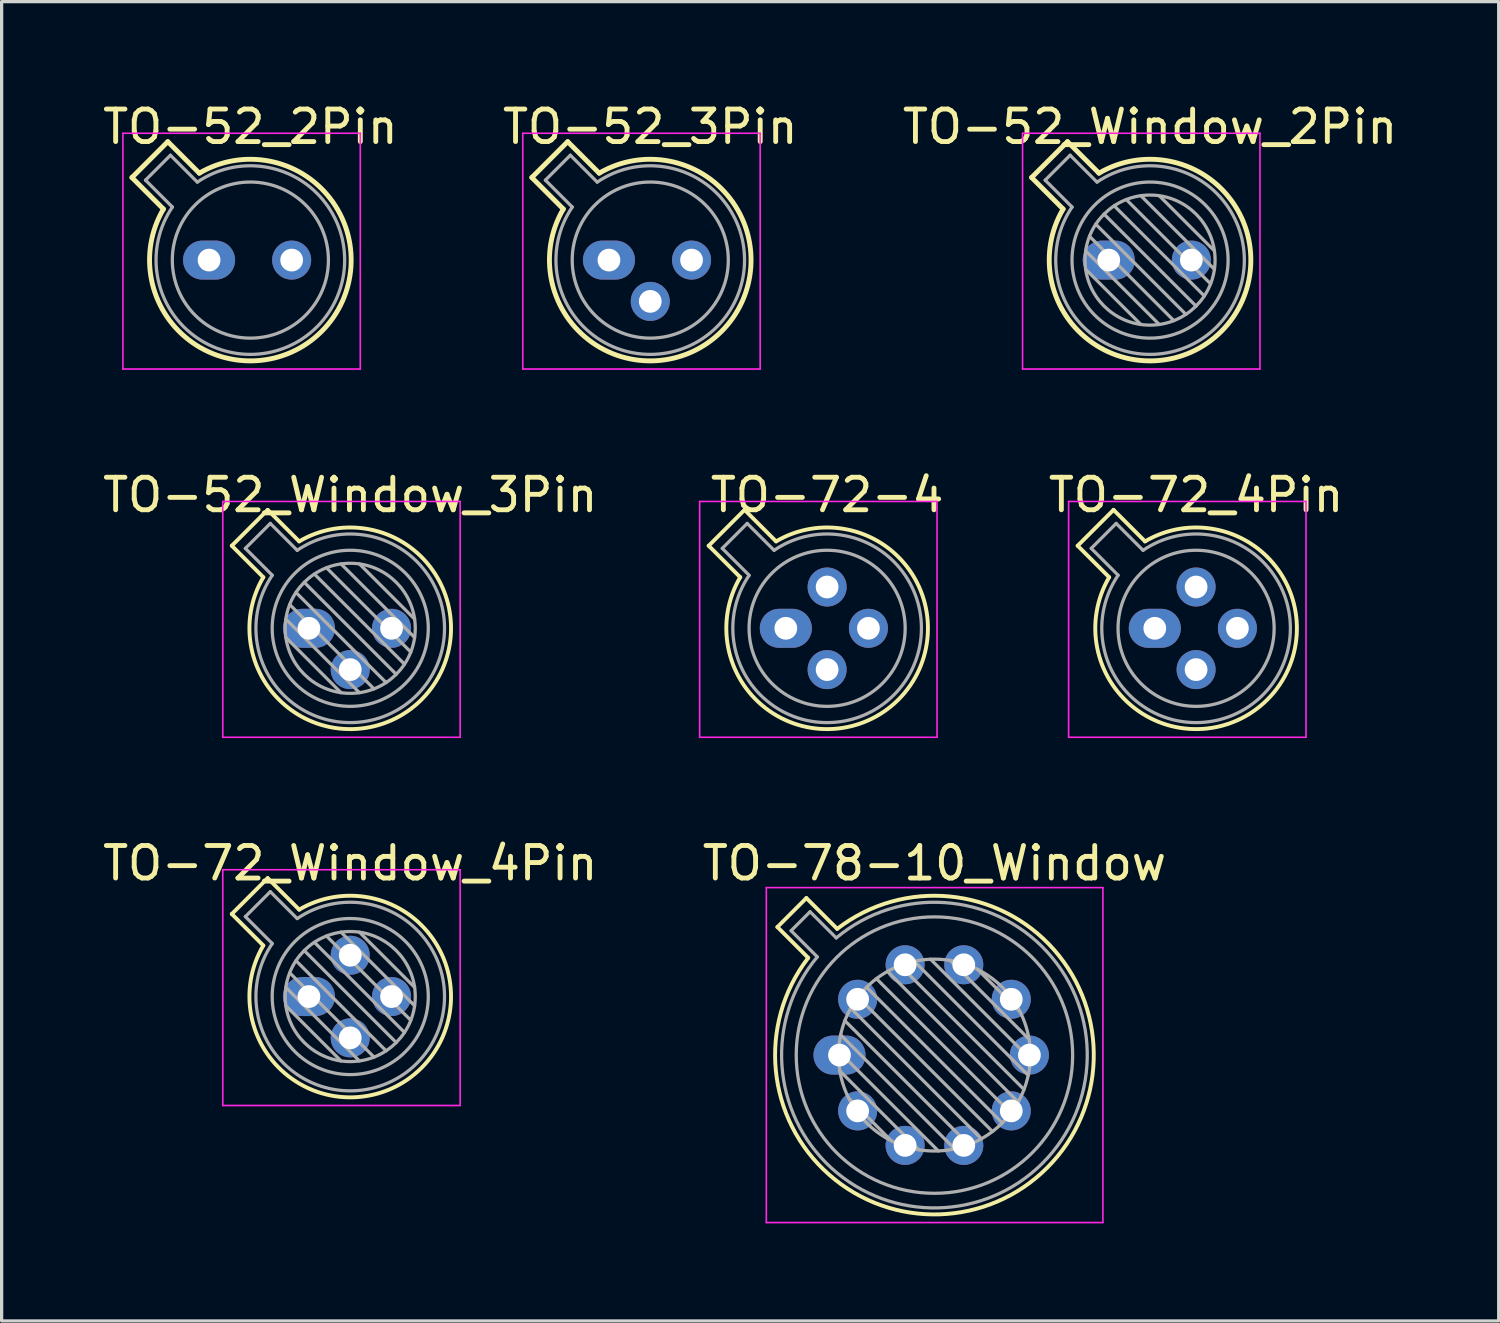
<source format=kicad_pcb>
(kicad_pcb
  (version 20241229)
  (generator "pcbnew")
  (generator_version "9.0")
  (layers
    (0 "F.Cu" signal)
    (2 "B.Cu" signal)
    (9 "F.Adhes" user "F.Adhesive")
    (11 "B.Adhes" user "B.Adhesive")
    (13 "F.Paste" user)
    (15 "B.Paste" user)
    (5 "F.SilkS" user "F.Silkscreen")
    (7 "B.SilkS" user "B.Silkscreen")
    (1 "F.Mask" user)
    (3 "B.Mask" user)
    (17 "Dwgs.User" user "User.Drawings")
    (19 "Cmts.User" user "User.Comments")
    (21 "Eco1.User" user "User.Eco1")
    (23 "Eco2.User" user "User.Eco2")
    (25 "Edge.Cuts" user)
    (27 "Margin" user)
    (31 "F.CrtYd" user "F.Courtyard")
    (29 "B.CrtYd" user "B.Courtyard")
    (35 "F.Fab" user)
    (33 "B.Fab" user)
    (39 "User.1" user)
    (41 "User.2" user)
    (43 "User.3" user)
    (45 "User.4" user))
  (footprint "TO-52_Window_2Pin"
    (layer "F.Cu")
    (at 31.045 4.948)
    (property "Reference" "TO-52_Window_2Pin" (at 1.27 -4.1 0) (layer "F.SilkS") (effects (font (size 1 1) (thickness 0.15))))
    (attr through_hole)
    (fp_line (start -2.372 -2.539) (end -1.403 -1.57) (stroke (width 0.15) (type solid)) (layer "F.SilkS"))
    (fp_line (start -1.269 -3.642) (end -2.372 -2.539) (stroke (width 0.15) (type solid)) (layer "F.SilkS"))
    (fp_line (start -0.3 -2.673) (end -1.269 -3.642) (stroke (width 0.15) (type solid)) (layer "F.SilkS"))
    (fp_arc (start -0.299966 -2.673052) (mid 3.462031 2.192031) (end -1.403052 -1.569965) (stroke (width 0.15) (type solid)) (layer "F.SilkS"))
    (fp_line (start -2.65 -3.9) (end -2.65 3.35) (stroke (width 0.05) (type solid)) (layer "F.CrtYd"))
    (fp_line (start -2.65 3.35) (end 4.65 3.35) (stroke (width 0.05) (type solid)) (layer "F.CrtYd"))
    (fp_line (start 4.65 -3.9) (end -2.65 -3.9) (stroke (width 0.05) (type solid)) (layer "F.CrtYd"))
    (fp_line (start 4.65 3.35) (end 4.65 -3.9) (stroke (width 0.05) (type solid)) (layer "F.CrtYd"))
    (fp_line (start -1.955 -2.458) (end -1.128 -1.631) (stroke (width 0.1) (type solid)) (layer "F.Fab"))
    (fp_line (start -1.188 -3.225) (end -1.955 -2.458) (stroke (width 0.1) (type solid)) (layer "F.Fab"))
    (fp_line (start -0.71 -0.283) (end 1.553 1.98) (stroke (width 0.1) (type solid)) (layer "F.Fab"))
    (fp_line (start -0.71 0.283) (end 0.987 1.98) (stroke (width 0.1) (type solid)) (layer "F.Fab"))
    (fp_line (start -0.592 -0.731) (end 2.001 1.862) (stroke (width 0.1) (type solid)) (layer "F.Fab"))
    (fp_line (start -0.399 -1.103) (end 2.373 1.669) (stroke (width 0.1) (type solid)) (layer "F.Fab"))
    (fp_line (start -0.361 -2.398) (end -1.188 -3.225) (stroke (width 0.1) (type solid)) (layer "F.Fab"))
    (fp_line (start -0.145 -1.415) (end 2.685 1.415) (stroke (width 0.1) (type solid)) (layer "F.Fab"))
    (fp_line (start 0.167 -1.669) (end 2.939 1.103) (stroke (width 0.1) (type solid)) (layer "F.Fab"))
    (fp_line (start 0.539 -1.862) (end 3.132 0.731) (stroke (width 0.1) (type solid)) (layer "F.Fab"))
    (fp_line (start 0.987 -1.98) (end 3.25 0.283) (stroke (width 0.1) (type solid)) (layer "F.Fab"))
    (fp_line (start 1.553 -1.98) (end 3.25 -0.283) (stroke (width 0.1) (type solid)) (layer "F.Fab"))
    (fp_arc (start -0.360736 -2.398061) (mid 3.320609 2.050609) (end -1.128061 -1.630736) (stroke (width 0.1) (type solid)) (layer "F.Fab"))
    (fp_circle (center 1.27 0) (end 3.27 0) (stroke (width 0.1) (type solid)) (fill no) (layer "F.Fab"))
    (fp_circle (center 1.27 0) (end 3.67 0) (stroke (width 0.1) (type solid)) (fill no) (layer "F.Fab"))
    (pad "1" thru_hole oval (at 0 0) (size 1.6 1.2) (drill 0.7) (layers "*.Cu" "*.Mask"))
    (pad "2" thru_hole oval (at 2.54 0) (size 1.2 1.2) (drill 0.7) (layers "*.Cu" "*.Mask")))
  (footprint "TO-52_3Pin"
    (layer "F.Cu")
    (at 15.676 4.948)
    (property "Reference" "TO-52_3Pin" (at 1.27 -4.1 0) (layer "F.SilkS") (effects (font (size 1 1) (thickness 0.15))))
    (attr through_hole)
    (fp_line (start -2.372 -2.539) (end -1.403 -1.57) (stroke (width 0.15) (type solid)) (layer "F.SilkS"))
    (fp_line (start -1.269 -3.642) (end -2.372 -2.539) (stroke (width 0.15) (type solid)) (layer "F.SilkS"))
    (fp_line (start -0.3 -2.673) (end -1.269 -3.642) (stroke (width 0.15) (type solid)) (layer "F.SilkS"))
    (fp_arc (start -0.299966 -2.673052) (mid 3.462031 2.192031) (end -1.403052 -1.569965) (stroke (width 0.15) (type solid)) (layer "F.SilkS"))
    (fp_line (start -2.65 -3.9) (end -2.65 3.35) (stroke (width 0.05) (type solid)) (layer "F.CrtYd"))
    (fp_line (start -2.65 3.35) (end 4.65 3.35) (stroke (width 0.05) (type solid)) (layer "F.CrtYd"))
    (fp_line (start 4.65 -3.9) (end -2.65 -3.9) (stroke (width 0.05) (type solid)) (layer "F.CrtYd"))
    (fp_line (start 4.65 3.35) (end 4.65 -3.9) (stroke (width 0.05) (type solid)) (layer "F.CrtYd"))
    (fp_line (start -1.955 -2.458) (end -1.128 -1.631) (stroke (width 0.1) (type solid)) (layer "F.Fab"))
    (fp_line (start -1.188 -3.225) (end -1.955 -2.458) (stroke (width 0.1) (type solid)) (layer "F.Fab"))
    (fp_line (start -0.361 -2.398) (end -1.188 -3.225) (stroke (width 0.1) (type solid)) (layer "F.Fab"))
    (fp_arc (start -0.360736 -2.398061) (mid 3.320609 2.050609) (end -1.128061 -1.630736) (stroke (width 0.1) (type solid)) (layer "F.Fab"))
    (fp_circle (center 1.27 0) (end 3.67 0) (stroke (width 0.1) (type solid)) (fill no) (layer "F.Fab"))
    (pad "1" thru_hole oval (at 0 0) (size 1.6 1.2) (drill 0.7) (layers "*.Cu" "*.Mask"))
    (pad "2" thru_hole oval (at 1.27 1.27) (size 1.2 1.2) (drill 0.7) (layers "*.Cu" "*.Mask"))
    (pad "3" thru_hole oval (at 2.54 0) (size 1.2 1.2) (drill 0.7) (layers "*.Cu" "*.Mask")))
  (footprint "TO-72_Window_4Pin"
    (layer "F.Cu")
    (at 6.45 27.595)
    (property "Reference" "TO-72_Window_4Pin" (at 1.27 -4.1 0) (layer "F.SilkS") (effects (font (size 1 1) (thickness 0.15))))
    (attr through_hole)
    (fp_line (start -2.372 -2.539) (end -1.403 -1.57) (stroke (width 0.12) (type solid)) (layer "F.SilkS"))
    (fp_line (start -1.269 -3.642) (end -2.372 -2.539) (stroke (width 0.12) (type solid)) (layer "F.SilkS"))
    (fp_line (start -0.3 -2.673) (end -1.269 -3.642) (stroke (width 0.12) (type solid)) (layer "F.SilkS"))
    (fp_arc (start -0.299966 -2.673052) (mid 3.462031 2.192031) (end -1.403052 -1.569965) (stroke (width 0.12) (type solid)) (layer "F.SilkS"))
    (fp_line (start -2.65 -3.9) (end -2.65 3.35) (stroke (width 0.05) (type solid)) (layer "F.CrtYd"))
    (fp_line (start -2.65 3.35) (end 4.65 3.35) (stroke (width 0.05) (type solid)) (layer "F.CrtYd"))
    (fp_line (start 4.65 -3.9) (end -2.65 -3.9) (stroke (width 0.05) (type solid)) (layer "F.CrtYd"))
    (fp_line (start 4.65 3.35) (end 4.65 -3.9) (stroke (width 0.05) (type solid)) (layer "F.CrtYd"))
    (fp_line (start -1.955 -2.458) (end -1.128 -1.631) (stroke (width 0.1) (type solid)) (layer "F.Fab"))
    (fp_line (start -1.188 -3.225) (end -1.955 -2.458) (stroke (width 0.1) (type solid)) (layer "F.Fab"))
    (fp_line (start -0.71 -0.283) (end 1.553 1.98) (stroke (width 0.1) (type solid)) (layer "F.Fab"))
    (fp_line (start -0.71 0.283) (end 0.987 1.98) (stroke (width 0.1) (type solid)) (layer "F.Fab"))
    (fp_line (start -0.592 -0.731) (end 2.001 1.862) (stroke (width 0.1) (type solid)) (layer "F.Fab"))
    (fp_line (start -0.399 -1.103) (end 2.373 1.669) (stroke (width 0.1) (type solid)) (layer "F.Fab"))
    (fp_line (start -0.361 -2.398) (end -1.188 -3.225) (stroke (width 0.1) (type solid)) (layer "F.Fab"))
    (fp_line (start -0.145 -1.415) (end 2.685 1.415) (stroke (width 0.1) (type solid)) (layer "F.Fab"))
    (fp_line (start 0.167 -1.669) (end 2.939 1.103) (stroke (width 0.1) (type solid)) (layer "F.Fab"))
    (fp_line (start 0.539 -1.862) (end 3.132 0.731) (stroke (width 0.1) (type solid)) (layer "F.Fab"))
    (fp_line (start 0.987 -1.98) (end 3.25 0.283) (stroke (width 0.1) (type solid)) (layer "F.Fab"))
    (fp_line (start 1.553 -1.98) (end 3.25 -0.283) (stroke (width 0.1) (type solid)) (layer "F.Fab"))
    (fp_arc (start -0.360736 -2.398061) (mid 3.320609 2.050609) (end -1.128061 -1.630736) (stroke (width 0.1) (type solid)) (layer "F.Fab"))
    (fp_circle (center 1.27 0) (end 3.27 0) (stroke (width 0.1) (type solid)) (fill no) (layer "F.Fab"))
    (fp_circle (center 1.27 0) (end 3.67 0) (stroke (width 0.1) (type solid)) (fill no) (layer "F.Fab"))
    (pad "1" thru_hole oval (at 0 0) (size 1.6 1.2) (drill 0.7) (layers "*.Cu" "*.Mask"))
    (pad "2" thru_hole oval (at 1.27 1.27) (size 1.2 1.2) (drill 0.7) (layers "*.Cu" "*.Mask"))
    (pad "3" thru_hole oval (at 2.54 0) (size 1.2 1.2) (drill 0.7) (layers "*.Cu" "*.Mask"))
    (pad "4" thru_hole oval (at 1.27 -1.27) (size 1.2 1.2) (drill 0.7) (layers "*.Cu" "*.Mask")))
  (footprint "TO-72-4"
    (layer "F.Cu")
    (at 21.115 16.271)
    (property "Reference" "TO-72-4" (at 1.27 -4.1 0) (layer "F.SilkS") (effects (font (size 1 1) (thickness 0.15))))
    (attr through_hole)
    (fp_line (start -2.372 -2.539) (end -1.403 -1.57) (stroke (width 0.12) (type solid)) (layer "F.SilkS"))
    (fp_line (start -1.269 -3.642) (end -2.372 -2.539) (stroke (width 0.12) (type solid)) (layer "F.SilkS"))
    (fp_line (start -0.3 -2.673) (end -1.269 -3.642) (stroke (width 0.12) (type solid)) (layer "F.SilkS"))
    (fp_arc (start -0.299966 -2.673052) (mid 3.461152 2.19291) (end -1.401792 -1.572109) (stroke (width 0.12) (type solid)) (layer "F.SilkS"))
    (fp_line (start -2.65 -3.9) (end -2.65 3.35) (stroke (width 0.05) (type solid)) (layer "F.CrtYd"))
    (fp_line (start -2.65 3.35) (end 4.65 3.35) (stroke (width 0.05) (type solid)) (layer "F.CrtYd"))
    (fp_line (start 4.65 -3.9) (end -2.65 -3.9) (stroke (width 0.05) (type solid)) (layer "F.CrtYd"))
    (fp_line (start 4.65 3.35) (end 4.65 -3.9) (stroke (width 0.05) (type solid)) (layer "F.CrtYd"))
    (fp_line (start -1.955 -2.458) (end -1.128 -1.631) (stroke (width 0.1) (type solid)) (layer "F.Fab"))
    (fp_line (start -1.188 -3.225) (end -1.955 -2.458) (stroke (width 0.1) (type solid)) (layer "F.Fab"))
    (fp_line (start -0.361 -2.398) (end -1.188 -3.225) (stroke (width 0.1) (type solid)) (layer "F.Fab"))
    (fp_arc (start -0.360736 -2.398061) (mid 3.321203 2.050015) (end -1.129005 -1.629347) (stroke (width 0.1) (type solid)) (layer "F.Fab"))
    (fp_circle (center 1.27 0) (end 3.67 0) (stroke (width 0.1) (type solid)) (fill no) (layer "F.Fab"))
    (pad "1" thru_hole oval (at 0 0) (size 1.6 1.2) (drill 0.7) (layers "*.Cu" "*.Mask"))
    (pad "2" thru_hole oval (at 1.27 1.27) (size 1.2 1.2) (drill 0.7) (layers "*.Cu" "*.Mask"))
    (pad "3" thru_hole oval (at 2.54 0) (size 1.2 1.2) (drill 0.7) (layers "*.Cu" "*.Mask"))
    (pad "4" thru_hole oval (at 1.27 -1.27) (size 1.2 1.2) (drill 0.7) (layers "*.Cu" "*.Mask")))
  (footprint "TO-52_Window_3Pin"
    (layer "F.Cu")
    (at 6.45 16.271)
    (property "Reference" "TO-52_Window_3Pin" (at 1.27 -4.1 0) (layer "F.SilkS") (effects (font (size 1 1) (thickness 0.15))))
    (attr through_hole)
    (fp_line (start -2.372 -2.539) (end -1.403 -1.57) (stroke (width 0.12) (type solid)) (layer "F.SilkS"))
    (fp_line (start -1.269 -3.642) (end -2.372 -2.539) (stroke (width 0.12) (type solid)) (layer "F.SilkS"))
    (fp_line (start -0.3 -2.673) (end -1.269 -3.642) (stroke (width 0.12) (type solid)) (layer "F.SilkS"))
    (fp_arc (start -0.299966 -2.673052) (mid 3.462031 2.192031) (end -1.403052 -1.569965) (stroke (width 0.12) (type solid)) (layer "F.SilkS"))
    (fp_line (start -2.65 -3.9) (end -2.65 3.35) (stroke (width 0.05) (type solid)) (layer "F.CrtYd"))
    (fp_line (start -2.65 3.35) (end 4.65 3.35) (stroke (width 0.05) (type solid)) (layer "F.CrtYd"))
    (fp_line (start 4.65 -3.9) (end -2.65 -3.9) (stroke (width 0.05) (type solid)) (layer "F.CrtYd"))
    (fp_line (start 4.65 3.35) (end 4.65 -3.9) (stroke (width 0.05) (type solid)) (layer "F.CrtYd"))
    (fp_line (start -1.955 -2.458) (end -1.128 -1.631) (stroke (width 0.1) (type solid)) (layer "F.Fab"))
    (fp_line (start -1.188 -3.225) (end -1.955 -2.458) (stroke (width 0.1) (type solid)) (layer "F.Fab"))
    (fp_line (start -0.71 -0.283) (end 1.553 1.98) (stroke (width 0.1) (type solid)) (layer "F.Fab"))
    (fp_line (start -0.71 0.283) (end 0.987 1.98) (stroke (width 0.1) (type solid)) (layer "F.Fab"))
    (fp_line (start -0.592 -0.731) (end 2.001 1.862) (stroke (width 0.1) (type solid)) (layer "F.Fab"))
    (fp_line (start -0.399 -1.103) (end 2.373 1.669) (stroke (width 0.1) (type solid)) (layer "F.Fab"))
    (fp_line (start -0.361 -2.398) (end -1.188 -3.225) (stroke (width 0.1) (type solid)) (layer "F.Fab"))
    (fp_line (start -0.145 -1.415) (end 2.685 1.415) (stroke (width 0.1) (type solid)) (layer "F.Fab"))
    (fp_line (start 0.167 -1.669) (end 2.939 1.103) (stroke (width 0.1) (type solid)) (layer "F.Fab"))
    (fp_line (start 0.539 -1.862) (end 3.132 0.731) (stroke (width 0.1) (type solid)) (layer "F.Fab"))
    (fp_line (start 0.987 -1.98) (end 3.25 0.283) (stroke (width 0.1) (type solid)) (layer "F.Fab"))
    (fp_line (start 1.553 -1.98) (end 3.25 -0.283) (stroke (width 0.1) (type solid)) (layer "F.Fab"))
    (fp_arc (start -0.360736 -2.398061) (mid 3.320609 2.050609) (end -1.128061 -1.630736) (stroke (width 0.1) (type solid)) (layer "F.Fab"))
    (fp_circle (center 1.27 0) (end 3.27 0) (stroke (width 0.1) (type solid)) (fill no) (layer "F.Fab"))
    (fp_circle (center 1.27 0) (end 3.67 0) (stroke (width 0.1) (type solid)) (fill no) (layer "F.Fab"))
    (pad "1" thru_hole oval (at 0 0) (size 1.6 1.2) (drill 0.7) (layers "*.Cu" "*.Mask"))
    (pad "2" thru_hole oval (at 1.27 1.27) (size 1.2 1.2) (drill 0.7) (layers "*.Cu" "*.Mask"))
    (pad "3" thru_hole oval (at 2.54 0) (size 1.2 1.2) (drill 0.7) (layers "*.Cu" "*.Mask")))
  (footprint "TO-52_2Pin"
    (layer "F.Cu")
    (at 3.379 4.948)
    (property "Reference" "TO-52_2Pin" (at 1.27 -4.1 0) (layer "F.SilkS") (effects (font (size 1 1) (thickness 0.15))))
    (attr through_hole)
    (fp_line (start -2.372 -2.539) (end -1.403 -1.57) (stroke (width 0.15) (type solid)) (layer "F.SilkS"))
    (fp_line (start -1.269 -3.642) (end -2.372 -2.539) (stroke (width 0.15) (type solid)) (layer "F.SilkS"))
    (fp_line (start -0.3 -2.673) (end -1.269 -3.642) (stroke (width 0.15) (type solid)) (layer "F.SilkS"))
    (fp_arc (start -0.299966 -2.673052) (mid 3.462031 2.192031) (end -1.403052 -1.569965) (stroke (width 0.15) (type solid)) (layer "F.SilkS"))
    (fp_line (start -2.65 -3.9) (end -2.65 3.35) (stroke (width 0.05) (type solid)) (layer "F.CrtYd"))
    (fp_line (start -2.65 3.35) (end 4.65 3.35) (stroke (width 0.05) (type solid)) (layer "F.CrtYd"))
    (fp_line (start 4.65 -3.9) (end -2.65 -3.9) (stroke (width 0.05) (type solid)) (layer "F.CrtYd"))
    (fp_line (start 4.65 3.35) (end 4.65 -3.9) (stroke (width 0.05) (type solid)) (layer "F.CrtYd"))
    (fp_line (start -1.955 -2.458) (end -1.128 -1.631) (stroke (width 0.1) (type solid)) (layer "F.Fab"))
    (fp_line (start -1.188 -3.225) (end -1.955 -2.458) (stroke (width 0.1) (type solid)) (layer "F.Fab"))
    (fp_line (start -0.361 -2.398) (end -1.188 -3.225) (stroke (width 0.1) (type solid)) (layer "F.Fab"))
    (fp_arc (start -0.360736 -2.398061) (mid 3.320609 2.050609) (end -1.128061 -1.630736) (stroke (width 0.1) (type solid)) (layer "F.Fab"))
    (fp_circle (center 1.27 0) (end 3.67 0) (stroke (width 0.1) (type solid)) (fill no) (layer "F.Fab"))
    (pad "1" thru_hole oval (at 0 0) (size 1.6 1.2) (drill 0.7) (layers "*.Cu" "*.Mask"))
    (pad "2" thru_hole oval (at 2.54 0) (size 1.2 1.2) (drill 0.7) (layers "*.Cu" "*.Mask")))
  (footprint "TO-78-10_Window"
    (layer "F.Cu")
    (at 22.765 29.395)
    (property "Reference" "TO-78-10_Window" (at 2.92 -5.9 0) (layer "F.SilkS") (effects (font (size 1 1) (thickness 0.15))))
    (attr through_hole)
    (fp_line (start -1.909 -3.938) (end -0.962 -2.991) (stroke (width 0.12) (type solid)) (layer "F.SilkS"))
    (fp_line (start -1.018 -4.829) (end -1.909 -3.938) (stroke (width 0.12) (type solid)) (layer "F.SilkS"))
    (fp_line (start -0.071 -3.882) (end -1.018 -4.829) (stroke (width 0.12) (type solid)) (layer "F.SilkS"))
    (fp_arc (start -0.070589 -3.881543) (mid 6.385607 3.46404) (end -0.962895 -2.988833) (stroke (width 0.12) (type solid)) (layer "F.SilkS"))
    (fp_line (start -2.25 -5.15) (end -2.25 5.15) (stroke (width 0.05) (type solid)) (layer "F.CrtYd"))
    (fp_line (start -2.25 5.15) (end 8.1 5.15) (stroke (width 0.05) (type solid)) (layer "F.CrtYd"))
    (fp_line (start 8.1 -5.15) (end -2.25 -5.15) (stroke (width 0.05) (type solid)) (layer "F.CrtYd"))
    (fp_line (start 8.1 5.15) (end 8.1 -5.15) (stroke (width 0.05) (type solid)) (layer "F.CrtYd"))
    (fp_line (start -1.488 -3.825) (end -0.682 -3.019) (stroke (width 0.1) (type solid)) (layer "F.Fab"))
    (fp_line (start -0.905 -4.408) (end -1.488 -3.825) (stroke (width 0.1) (type solid)) (layer "F.Fab"))
    (fp_line (start -0.099 -3.602) (end -0.905 -4.408) (stroke (width 0.1) (type solid)) (layer "F.Fab"))
    (fp_line (start -0.028 -0.12) (end 3.04 2.948) (stroke (width 0.1) (type solid)) (layer "F.Fab"))
    (fp_line (start 0.009 0.485) (end 2.435 2.911) (stroke (width 0.1) (type solid)) (layer "F.Fab"))
    (fp_line (start 0.036 -0.622) (end 3.542 2.884) (stroke (width 0.1) (type solid)) (layer "F.Fab"))
    (fp_line (start 0.165 -1.058) (end 3.978 2.755) (stroke (width 0.1) (type solid)) (layer "F.Fab"))
    (fp_line (start 0.283 1.324) (end 1.596 2.637) (stroke (width 0.1) (type solid)) (layer "F.Fab"))
    (fp_line (start 0.346 -1.443) (end 4.363 2.574) (stroke (width 0.1) (type solid)) (layer "F.Fab"))
    (fp_line (start 0.57 -1.784) (end 4.704 2.35) (stroke (width 0.1) (type solid)) (layer "F.Fab"))
    (fp_line (start 0.834 -2.086) (end 5.006 2.086) (stroke (width 0.1) (type solid)) (layer "F.Fab"))
    (fp_line (start 1.136 -2.35) (end 5.27 1.784) (stroke (width 0.1) (type solid)) (layer "F.Fab"))
    (fp_line (start 1.477 -2.574) (end 5.494 1.443) (stroke (width 0.1) (type solid)) (layer "F.Fab"))
    (fp_line (start 1.862 -2.755) (end 5.675 1.058) (stroke (width 0.1) (type solid)) (layer "F.Fab"))
    (fp_line (start 2.298 -2.884) (end 5.804 0.622) (stroke (width 0.1) (type solid)) (layer "F.Fab"))
    (fp_line (start 2.8 -2.948) (end 5.868 0.12) (stroke (width 0.1) (type solid)) (layer "F.Fab"))
    (fp_line (start 3.405 -2.911) (end 5.831 -0.485) (stroke (width 0.1) (type solid)) (layer "F.Fab"))
    (fp_line (start 4.244 -2.637) (end 5.557 -1.324) (stroke (width 0.1) (type solid)) (layer "F.Fab"))
    (fp_arc (start -0.098935 -3.602226) (mid 6.244303 3.322501) (end -0.683862 -3.016982) (stroke (width 0.1) (type solid)) (layer "F.Fab"))
    (fp_circle (center 2.92 0) (end 5.87 0) (stroke (width 0.1) (type solid)) (fill no) (layer "F.Fab"))
    (fp_circle (center 2.92 0) (end 7.17 0) (stroke (width 0.1) (type solid)) (fill no) (layer "F.Fab"))
    (pad "1" thru_hole oval (at 0 0) (size 1.6 1.2) (drill 0.7) (layers "*.Cu" "*.Mask"))
    (pad "2" thru_hole oval (at 0.558 1.716) (size 1.2 1.2) (drill 0.7) (layers "*.Cu" "*.Mask"))
    (pad "3" thru_hole oval (at 2.018 2.777) (size 1.2 1.2) (drill 0.7) (layers "*.Cu" "*.Mask"))
    (pad "4" thru_hole oval (at 3.822 2.777) (size 1.2 1.2) (drill 0.7) (layers "*.Cu" "*.Mask"))
    (pad "5" thru_hole oval (at 5.282 1.716) (size 1.2 1.2) (drill 0.7) (layers "*.Cu" "*.Mask"))
    (pad "6" thru_hole oval (at 5.84 0) (size 1.2 1.2) (drill 0.7) (layers "*.Cu" "*.Mask"))
    (pad "7" thru_hole oval (at 5.282 -1.716) (size 1.2 1.2) (drill 0.7) (layers "*.Cu" "*.Mask"))
    (pad "8" thru_hole oval (at 3.822 -2.777) (size 1.2 1.2) (drill 0.7) (layers "*.Cu" "*.Mask"))
    (pad "9" thru_hole oval (at 2.018 -2.777) (size 1.2 1.2) (drill 0.7) (layers "*.Cu" "*.Mask"))
    (pad "10" thru_hole oval (at 0.558 -1.716) (size 1.2 1.2) (drill 0.7) (layers "*.Cu" "*.Mask")))
  (footprint "TO-72_4Pin"
    (layer "F.Cu")
    (at 32.461 16.271)
    (property "Reference" "TO-72_4Pin" (at 1.27 -4.1 0) (layer "F.SilkS") (effects (font (size 1 1) (thickness 0.15))))
    (attr through_hole)
    (fp_line (start -2.372 -2.539) (end -1.403 -1.57) (stroke (width 0.12) (type solid)) (layer "F.SilkS"))
    (fp_line (start -1.269 -3.642) (end -2.372 -2.539) (stroke (width 0.12) (type solid)) (layer "F.SilkS"))
    (fp_line (start -0.3 -2.673) (end -1.269 -3.642) (stroke (width 0.12) (type solid)) (layer "F.SilkS"))
    (fp_arc (start -0.299966 -2.673052) (mid 3.462031 2.192031) (end -1.403052 -1.569965) (stroke (width 0.12) (type solid)) (layer "F.SilkS"))
    (fp_line (start -2.65 -3.9) (end -2.65 3.35) (stroke (width 0.05) (type solid)) (layer "F.CrtYd"))
    (fp_line (start -2.65 3.35) (end 4.65 3.35) (stroke (width 0.05) (type solid)) (layer "F.CrtYd"))
    (fp_line (start 4.65 -3.9) (end -2.65 -3.9) (stroke (width 0.05) (type solid)) (layer "F.CrtYd"))
    (fp_line (start 4.65 3.35) (end 4.65 -3.9) (stroke (width 0.05) (type solid)) (layer "F.CrtYd"))
    (fp_line (start -1.955 -2.458) (end -1.128 -1.631) (stroke (width 0.1) (type solid)) (layer "F.Fab"))
    (fp_line (start -1.188 -3.225) (end -1.955 -2.458) (stroke (width 0.1) (type solid)) (layer "F.Fab"))
    (fp_line (start -0.361 -2.398) (end -1.188 -3.225) (stroke (width 0.1) (type solid)) (layer "F.Fab"))
    (fp_arc (start -0.360736 -2.398061) (mid 3.320609 2.050609) (end -1.128061 -1.630736) (stroke (width 0.1) (type solid)) (layer "F.Fab"))
    (fp_circle (center 1.27 0) (end 3.67 0) (stroke (width 0.1) (type solid)) (fill no) (layer "F.Fab"))
    (pad "1" thru_hole oval (at 0 0) (size 1.6 1.2) (drill 0.7) (layers "*.Cu" "*.Mask"))
    (pad "2" thru_hole oval (at 1.27 1.27) (size 1.2 1.2) (drill 0.7) (layers "*.Cu" "*.Mask"))
    (pad "3" thru_hole oval (at 2.54 0) (size 1.2 1.2) (drill 0.7) (layers "*.Cu" "*.Mask"))
    (pad "4" thru_hole oval (at 1.27 -1.27) (size 1.2 1.2) (drill 0.7) (layers "*.Cu" "*.Mask")))
  (gr_rect
    (start -3 -3)
    (end 43.036 37.57)
    (stroke (width 0.1) (type default))
    (fill no)
    (layer "Edge.Cuts")))
</source>
